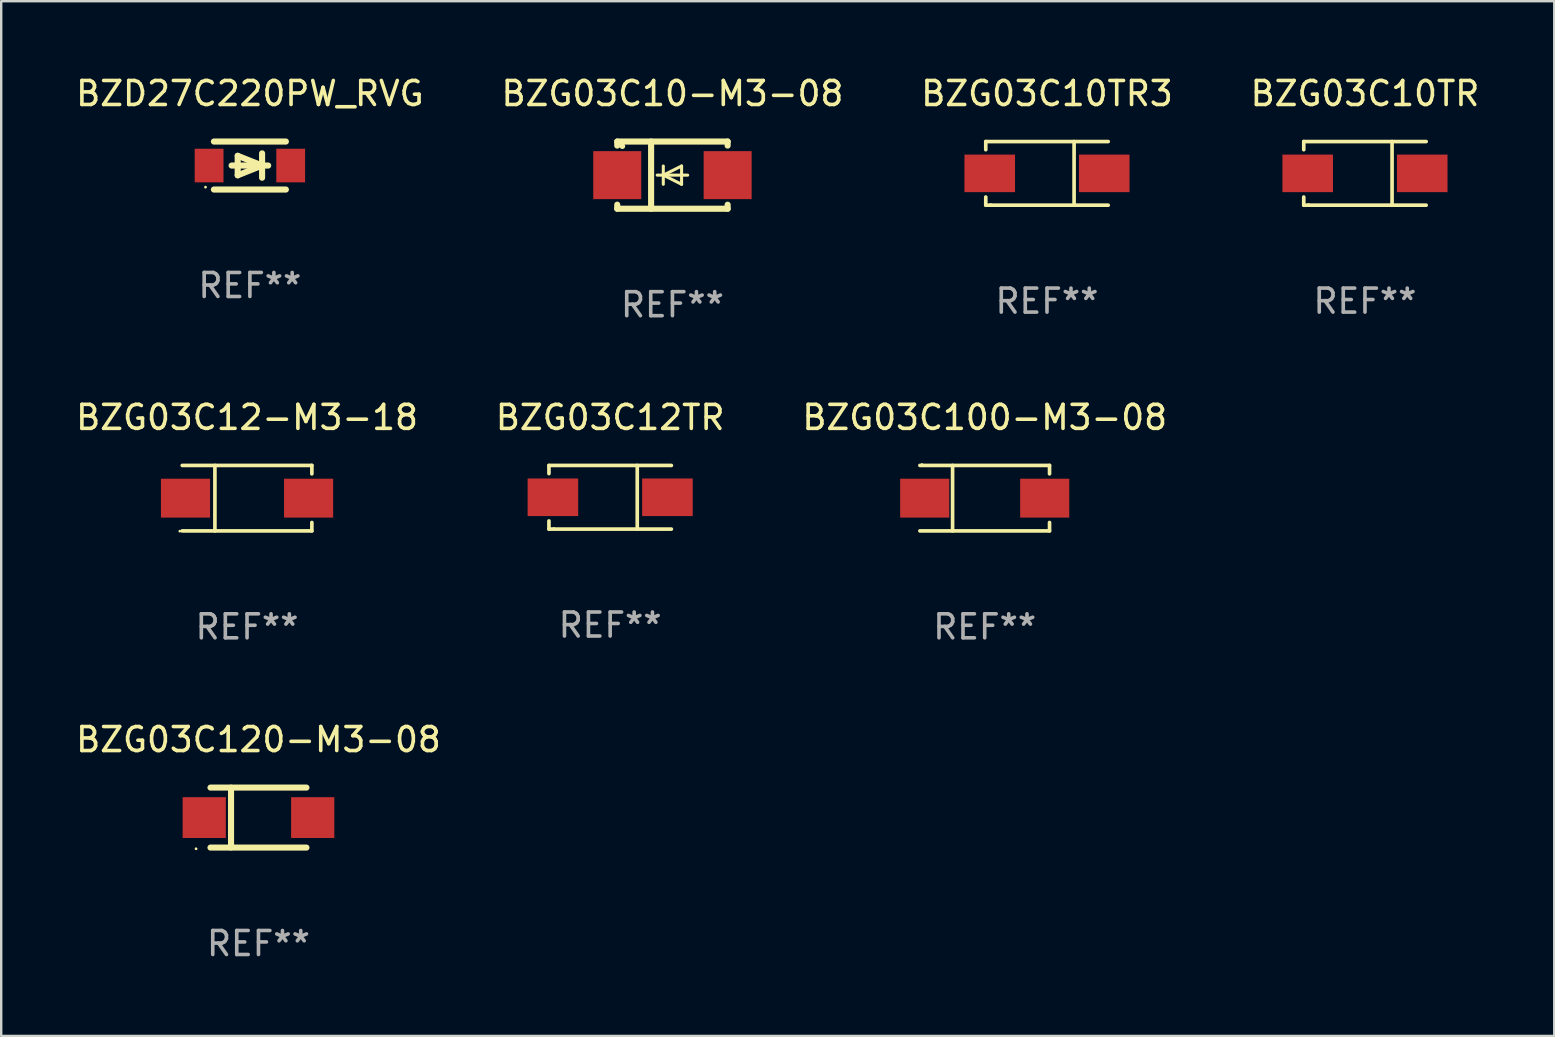
<source format=kicad_pcb>
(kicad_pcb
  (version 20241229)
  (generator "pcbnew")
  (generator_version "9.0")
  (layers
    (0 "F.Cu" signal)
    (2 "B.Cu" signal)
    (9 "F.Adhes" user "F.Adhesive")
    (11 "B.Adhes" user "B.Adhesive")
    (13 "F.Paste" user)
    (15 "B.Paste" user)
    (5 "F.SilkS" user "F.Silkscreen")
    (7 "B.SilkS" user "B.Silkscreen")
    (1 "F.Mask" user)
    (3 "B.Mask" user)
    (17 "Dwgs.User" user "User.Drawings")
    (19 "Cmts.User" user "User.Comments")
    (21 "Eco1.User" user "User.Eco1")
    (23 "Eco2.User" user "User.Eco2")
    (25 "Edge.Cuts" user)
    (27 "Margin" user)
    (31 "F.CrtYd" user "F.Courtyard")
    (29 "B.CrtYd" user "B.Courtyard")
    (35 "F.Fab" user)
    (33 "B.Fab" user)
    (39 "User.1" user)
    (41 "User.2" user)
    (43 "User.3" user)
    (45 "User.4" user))
  (footprint "BZD27C220PW_RVG"
    (layer "F.Cu")
    (at 7.363 3.848)
    (property "Reference" "BZD27C220PW_RVG" (at 0 -3 0) (layer "F.SilkS") (effects (font (size 1 1) (thickness 0.15))))
    (attr through_hole)
    (fp_line (start -1.5 -1) (end 1.5 -1) (stroke (width 0.254) (type solid)) (layer "F.SilkS"))
    (fp_line (start -1.5 1) (end 1.5 1) (stroke (width 0.254) (type solid)) (layer "F.SilkS"))
    (fp_line (start -0.508 -0.406) (end 0.508 0) (stroke (width 0.254) (type solid)) (layer "F.SilkS"))
    (fp_line (start -0.508 0.406) (end -0.508 -0.406) (stroke (width 0.254) (type solid)) (layer "F.SilkS"))
    (fp_line (start 0.508 0) (end -0.508 0.406) (stroke (width 0.254) (type solid)) (layer "F.SilkS"))
    (fp_line (start 0.508 0.508) (end 0.508 -0.508) (stroke (width 0.254) (type solid)) (layer "F.SilkS"))
    (fp_line (start 0.762 0) (end -0.762 0) (stroke (width 0.254) (type solid)) (layer "F.SilkS"))
    (fp_circle (center -1.85 0.9) (end -1.82 0.9) (stroke (width 0.06) (type solid)) (fill no) (layer "F.SilkS"))
    (fp_text user "REF**" (at 0 5 0) (layer "F.Fab") (effects (font (size 1 1) (thickness 0.15))))
    (pad "1" smd rect (at -1.7 0) (size 1.2 1.4) (layers "F.Cu" "F.Mask" "F.Paste"))
    (pad "2" smd rect (at 1.7 0) (size 1.2 1.4) (layers "F.Cu" "F.Mask" "F.Paste")))
  (footprint "BZG03C120-M3-08"
    (layer "F.Cu")
    (at 7.72 31.018)
    (property "Reference" "BZG03C120-M3-08" (at 0 -3.25 0) (layer "F.SilkS") (effects (font (size 1 1) (thickness 0.15))))
    (attr through_hole)
    (fp_line (start -1.999 -1.25) (end 1.999 -1.25) (stroke (width 0.254) (type solid)) (layer "F.SilkS"))
    (fp_line (start -1.143 -1.245) (end -1.143 1.245) (stroke (width 0.254) (type solid)) (layer "F.SilkS"))
    (fp_line (start 1.999 1.25) (end -1.999 1.25) (stroke (width 0.254) (type solid)) (layer "F.SilkS"))
    (fp_circle (center -2.6 1.3) (end -2.57 1.3) (stroke (width 0.06) (type solid)) (fill no) (layer "F.SilkS"))
    (fp_text user "REF**" (at 0 5.25 0) (layer "F.Fab") (effects (font (size 1 1) (thickness 0.15))))
    (pad "1" smd rect (at -2.26 0) (size 1.8 1.7) (layers "F.Cu" "F.Mask" "F.Paste"))
    (pad "2" smd rect (at 2.26 0) (size 1.8 1.7) (layers "F.Cu" "F.Mask" "F.Paste")))
  (footprint "BZG03C12-M3-18"
    (layer "F.Cu")
    (at 7.244 17.708)
    (property "Reference" "BZG03C12-M3-18" (at 0 -3.364 0) (layer "F.SilkS") (effects (font (size 1 1) (thickness 0.15))))
    (attr through_hole)
    (fp_line (start -2.701 -1.364) (end 2.701 -1.364) (stroke (width 0.152) (type solid)) (layer "F.SilkS"))
    (fp_line (start -2.701 1.364) (end 2.701 1.364) (stroke (width 0.152) (type solid)) (layer "F.SilkS"))
    (fp_line (start -1.339 -1.364) (end -1.339 1.364) (stroke (width 0.152) (type solid)) (layer "F.SilkS"))
    (fp_line (start 2.701 -1.364) (end 2.701 -1.013) (stroke (width 0.152) (type solid)) (layer "F.SilkS"))
    (fp_line (start 2.701 1.364) (end 2.701 1.013) (stroke (width 0.152) (type solid)) (layer "F.SilkS"))
    (fp_circle (center -2.8 1.375) (end -2.77 1.375) (stroke (width 0.06) (type solid)) (fill no) (layer "F.SilkS"))
    (fp_text user "REF**" (at 0 5.364 0) (layer "F.Fab") (effects (font (size 1 1) (thickness 0.15))))
    (pad "1" smd rect (at -2.565 -0.000025) (size 2.046 1.62) (layers "F.Cu" "F.Mask" "F.Paste"))
    (pad "2" smd rect (at 2.565 -0.000025) (size 2.046 1.62) (layers "F.Cu" "F.Mask" "F.Paste")))
  (footprint "BZG03C100-M3-08"
    (layer "F.Cu")
    (at 37.982 17.708)
    (property "Reference" "BZG03C100-M3-08" (at 0 -3.364 0) (layer "F.SilkS") (effects (font (size 1 1) (thickness 0.15))))
    (attr through_hole)
    (fp_line (start -2.701 -1.364) (end 2.701 -1.364) (stroke (width 0.152) (type solid)) (layer "F.SilkS"))
    (fp_line (start -2.701 1.364) (end 2.701 1.364) (stroke (width 0.152) (type solid)) (layer "F.SilkS"))
    (fp_line (start -1.339 -1.364) (end -1.339 1.364) (stroke (width 0.152) (type solid)) (layer "F.SilkS"))
    (fp_line (start 2.701 -1.364) (end 2.701 -1.013) (stroke (width 0.152) (type solid)) (layer "F.SilkS"))
    (fp_line (start 2.701 1.364) (end 2.701 1.013) (stroke (width 0.152) (type solid)) (layer "F.SilkS"))
    (fp_circle (center -2.615 -1.4) (end -2.585 -1.4) (stroke (width 0.06) (type solid)) (fill no) (layer "F.SilkS"))
    (fp_text user "REF**" (at 0 5.364 0) (layer "F.Fab") (effects (font (size 1 1) (thickness 0.15))))
    (pad "1" smd rect (at -2.5 0) (size 2.046 1.62) (layers "F.Cu" "F.Mask" "F.Paste"))
    (pad "2" smd rect (at 2.5 0) (size 2.046 1.62) (layers "F.Cu" "F.Mask" "F.Paste")))
  (footprint "BZG03C10TR3"
    (layer "F.Cu")
    (at 40.577 4.174)
    (property "Reference" "BZG03C10TR3" (at 0 -3.326 0) (layer "F.SilkS") (effects (font (size 1 1) (thickness 0.15))))
    (attr through_hole)
    (fp_line (start -2.551 -1.326) (end -2.551 -0.986) (stroke (width 0.152) (type solid)) (layer "F.SilkS"))
    (fp_line (start -2.551 1.326) (end -2.551 0.986) (stroke (width 0.152) (type solid)) (layer "F.SilkS"))
    (fp_line (start 1.129 1.326) (end 1.129 -1.326) (stroke (width 0.152) (type solid)) (layer "F.SilkS"))
    (fp_line (start 2.551 -1.326) (end -2.551 -1.326) (stroke (width 0.152) (type solid)) (layer "F.SilkS"))
    (fp_line (start 2.551 1.326) (end -2.551 1.326) (stroke (width 0.152) (type solid)) (layer "F.SilkS"))
    (fp_circle (center -2.35 1.3) (end -2.32 1.3) (stroke (width 0.06) (type solid)) (fill no) (layer "F.SilkS"))
    (fp_text user "REF**" (at 0 5.326 0) (layer "F.Fab") (effects (font (size 1 1) (thickness 0.15))))
    (pad "1" smd rect (at -2.386 0) (size 2.107 1.566) (layers "F.Cu" "F.Mask" "F.Paste"))
    (pad "2" smd rect (at 2.386 0) (size 2.107 1.566) (layers "F.Cu" "F.Mask" "F.Paste")))
  (footprint "BZG03C12TR"
    (layer "F.Cu")
    (at 22.375 17.671)
    (property "Reference" "BZG03C12TR" (at 0 -3.326 0) (layer "F.SilkS") (effects (font (size 1 1) (thickness 0.15))))
    (attr through_hole)
    (fp_line (start -2.551 -1.326) (end -2.551 -0.986) (stroke (width 0.152) (type solid)) (layer "F.SilkS"))
    (fp_line (start -2.551 1.326) (end -2.551 0.986) (stroke (width 0.152) (type solid)) (layer "F.SilkS"))
    (fp_line (start 1.129 1.326) (end 1.129 -1.326) (stroke (width 0.152) (type solid)) (layer "F.SilkS"))
    (fp_line (start 2.551 -1.326) (end -2.551 -1.326) (stroke (width 0.152) (type solid)) (layer "F.SilkS"))
    (fp_line (start 2.551 1.326) (end -2.551 1.326) (stroke (width 0.152) (type solid)) (layer "F.SilkS"))
    (fp_circle (center -2.35 1.3) (end -2.32 1.3) (stroke (width 0.06) (type solid)) (fill no) (layer "F.SilkS"))
    (fp_text user "REF**" (at 0 5.326 0) (layer "F.Fab") (effects (font (size 1 1) (thickness 0.15))))
    (pad "1" smd rect (at -2.386 0) (size 2.107 1.566) (layers "F.Cu" "F.Mask" "F.Paste"))
    (pad "2" smd rect (at 2.386 0) (size 2.107 1.566) (layers "F.Cu" "F.Mask" "F.Paste")))
  (footprint "BZG03C10-M3-08"
    (layer "F.Cu")
    (at 24.97 4.248)
    (property "Reference" "BZG03C10-M3-08" (at 0 -3.4 0) (layer "F.SilkS") (effects (font (size 1 1) (thickness 0.15))))
    (attr through_hole)
    (fp_line (start -2.3 -1.4) (end -2.3 -1.231) (stroke (width 0.254) (type solid)) (layer "F.SilkS"))
    (fp_line (start -2.3 -1.4) (end 2.3 -1.4) (stroke (width 0.254) (type solid)) (layer "F.SilkS"))
    (fp_line (start -2.3 1.231) (end -2.3 1.4) (stroke (width 0.254) (type solid)) (layer "F.SilkS"))
    (fp_line (start -2.3 1.4) (end 2.3 1.4) (stroke (width 0.254) (type solid)) (layer "F.SilkS"))
    (fp_line (start -0.889 1.4) (end -0.889 -1.4) (stroke (width 0.254) (type solid)) (layer "F.SilkS"))
    (fp_line (start -0.381 0) (end -0.381 -0.381) (stroke (width 0.127) (type solid)) (layer "F.SilkS"))
    (fp_line (start -0.381 0) (end -0.381 0.381) (stroke (width 0.127) (type solid)) (layer "F.SilkS"))
    (fp_line (start 0.381 -0.381) (end -0.381 0) (stroke (width 0.127) (type solid)) (layer "F.SilkS"))
    (fp_line (start 0.381 0) (end 0.381 -0.381) (stroke (width 0.127) (type solid)) (layer "F.SilkS"))
    (fp_line (start 0.381 0) (end 0.381 0.381) (stroke (width 0.127) (type solid)) (layer "F.SilkS"))
    (fp_line (start 0.381 0.381) (end -0.381 0) (stroke (width 0.127) (type solid)) (layer "F.SilkS"))
    (fp_line (start 0.635 0) (end -0.635 0) (stroke (width 0.127) (type solid)) (layer "F.SilkS"))
    (fp_line (start 2.3 -1.4) (end 2.3 -1.231) (stroke (width 0.254) (type solid)) (layer "F.SilkS"))
    (fp_line (start 2.3 1.231) (end 2.3 1.4) (stroke (width 0.254) (type solid)) (layer "F.SilkS"))
    (fp_circle (center -2.088 -1.208) (end -2.028 -1.208) (stroke (width 0.12) (type solid)) (fill no) (layer "F.SilkS"))
    (fp_text user "REF**" (at 0 5.4 0) (layer "F.Fab") (effects (font (size 1 1) (thickness 0.15))))
    (pad "1" smd rect (at -2.3 0 180) (size 2 2) (layers "F.Cu" "F.Mask" "F.Paste"))
    (pad "2" smd rect (at 2.3 0 180) (size 2 2) (layers "F.Cu" "F.Mask" "F.Paste")))
  (footprint "BZG03C10TR"
    (layer "F.Cu")
    (at 53.827 4.174)
    (property "Reference" "BZG03C10TR" (at 0 -3.326 0) (layer "F.SilkS") (effects (font (size 1 1) (thickness 0.15))))
    (attr through_hole)
    (fp_line (start -2.551 -1.326) (end -2.551 -0.986) (stroke (width 0.152) (type solid)) (layer "F.SilkS"))
    (fp_line (start -2.551 1.326) (end -2.551 0.986) (stroke (width 0.152) (type solid)) (layer "F.SilkS"))
    (fp_line (start 1.129 1.326) (end 1.129 -1.326) (stroke (width 0.152) (type solid)) (layer "F.SilkS"))
    (fp_line (start 2.551 -1.326) (end -2.551 -1.326) (stroke (width 0.152) (type solid)) (layer "F.SilkS"))
    (fp_line (start 2.551 1.326) (end -2.551 1.326) (stroke (width 0.152) (type solid)) (layer "F.SilkS"))
    (fp_circle (center -2.35 1.3) (end -2.32 1.3) (stroke (width 0.06) (type solid)) (fill no) (layer "F.SilkS"))
    (fp_text user "REF**" (at 0 5.326 0) (layer "F.Fab") (effects (font (size 1 1) (thickness 0.15))))
    (pad "1" smd rect (at -2.386 0) (size 2.107 1.566) (layers "F.Cu" "F.Mask" "F.Paste"))
    (pad "2" smd rect (at 2.386 0) (size 2.107 1.566) (layers "F.Cu" "F.Mask" "F.Paste")))
  (gr_rect
    (start -3 -3)
    (end 61.714 40.116)
    (stroke (width 0.1) (type default))
    (fill no)
    (layer "Edge.Cuts")))
</source>
